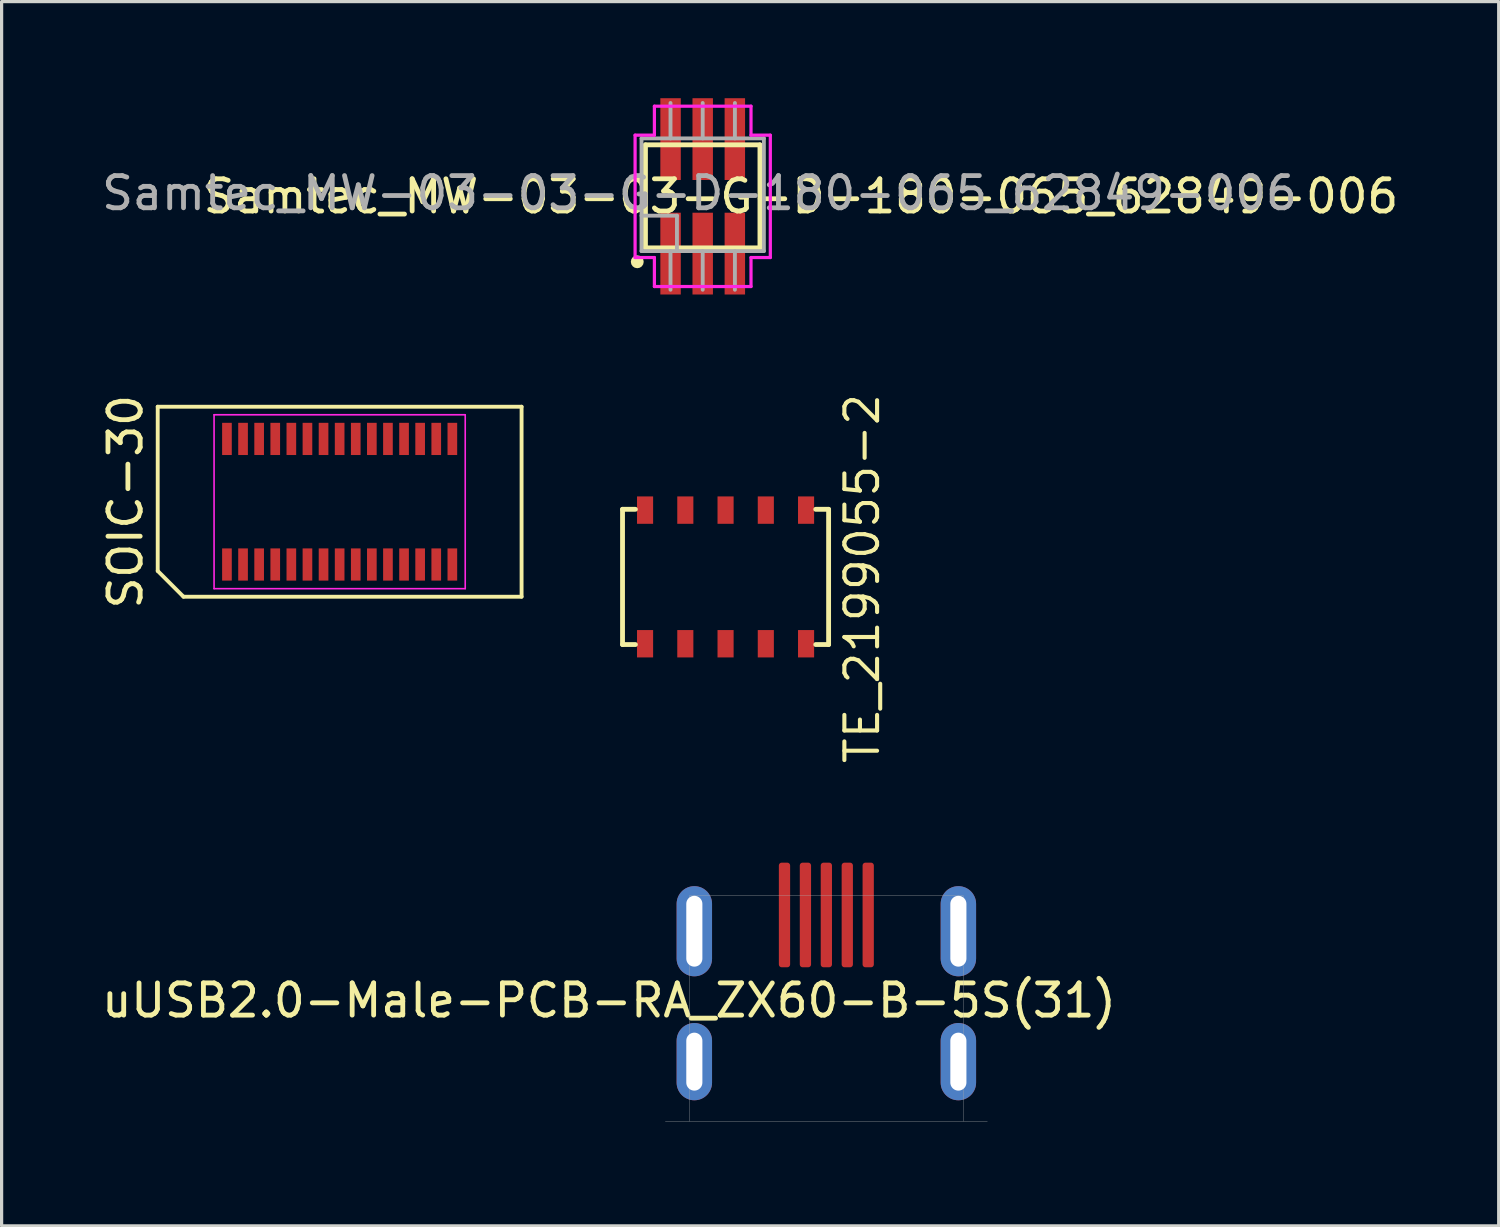
<source format=kicad_pcb>
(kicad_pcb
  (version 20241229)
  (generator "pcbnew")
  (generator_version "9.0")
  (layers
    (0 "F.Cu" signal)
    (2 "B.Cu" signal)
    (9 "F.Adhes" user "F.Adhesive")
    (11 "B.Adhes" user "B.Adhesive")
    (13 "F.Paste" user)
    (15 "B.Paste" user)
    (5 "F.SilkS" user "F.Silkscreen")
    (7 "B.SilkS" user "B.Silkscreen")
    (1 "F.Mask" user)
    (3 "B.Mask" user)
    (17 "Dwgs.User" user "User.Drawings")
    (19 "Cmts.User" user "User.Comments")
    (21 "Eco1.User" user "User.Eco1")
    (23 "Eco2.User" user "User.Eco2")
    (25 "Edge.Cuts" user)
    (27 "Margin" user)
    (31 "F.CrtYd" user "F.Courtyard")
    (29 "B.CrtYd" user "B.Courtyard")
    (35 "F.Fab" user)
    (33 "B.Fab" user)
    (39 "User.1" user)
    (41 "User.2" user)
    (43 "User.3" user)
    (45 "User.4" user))
  (footprint "SOIC-30"
    (layer "F.Cu")
    (at 7.498 12.531)
    (property "Reference" "SOIC-30" (at -6.65 0 90) (layer "F.SilkS") (effects (font (size 1 1) (thickness 0.15))))
    (attr smd)
    (fp_line (start -5.65 -2.95) (end 5.65 -2.95) (stroke (width 0.12) (type solid)) (layer "F.SilkS"))
    (fp_line (start -5.65 2.15) (end -5.65 -2.95) (stroke (width 0.12) (type solid)) (layer "F.SilkS"))
    (fp_line (start -4.85 2.95) (end -5.65 2.15) (stroke (width 0.12) (type solid)) (layer "F.SilkS"))
    (fp_line (start 5.65 -2.95) (end 5.65 2.95) (stroke (width 0.12) (type solid)) (layer "F.SilkS"))
    (fp_line (start 5.65 2.95) (end -4.85 2.95) (stroke (width 0.12) (type solid)) (layer "F.SilkS"))
    (fp_line (start -3.9 -2.7) (end 3.9 -2.7) (stroke (width 0.05) (type solid)) (layer "F.CrtYd"))
    (fp_line (start -3.9 2.7) (end -3.9 -2.7) (stroke (width 0.05) (type solid)) (layer "F.CrtYd"))
    (fp_line (start 3.9 -2.7) (end 3.9 2.7) (stroke (width 0.05) (type solid)) (layer "F.CrtYd"))
    (fp_line (start 3.9 2.7) (end -3.9 2.7) (stroke (width 0.05) (type solid)) (layer "F.CrtYd"))
    (pad "1" smd rect (at -3.5 1.95) (size 0.3 1) (layers "F.Cu" "F.Mask" "F.Paste"))
    (pad "2" smd rect (at -3 1.95) (size 0.3 1) (layers "F.Cu" "F.Mask" "F.Paste"))
    (pad "3" smd rect (at -2.5 1.95) (size 0.3 1) (layers "F.Cu" "F.Mask" "F.Paste"))
    (pad "4" smd rect (at -2 1.95) (size 0.3 1) (layers "F.Cu" "F.Mask" "F.Paste"))
    (pad "5" smd rect (at -1.5 1.95) (size 0.3 1) (layers "F.Cu" "F.Mask" "F.Paste"))
    (pad "6" smd rect (at -1 1.95) (size 0.3 1) (layers "F.Cu" "F.Mask" "F.Paste"))
    (pad "7" smd rect (at -0.5 1.95) (size 0.3 1) (layers "F.Cu" "F.Mask" "F.Paste"))
    (pad "8" smd rect (at 0 1.95) (size 0.3 1) (layers "F.Cu" "F.Mask" "F.Paste"))
    (pad "9" smd rect (at 0.5 1.95) (size 0.3 1) (layers "F.Cu" "F.Mask" "F.Paste"))
    (pad "10" smd rect (at 1 1.95) (size 0.3 1) (layers "F.Cu" "F.Mask" "F.Paste"))
    (pad "11" smd rect (at 1.5 1.95) (size 0.3 1) (layers "F.Cu" "F.Mask" "F.Paste"))
    (pad "12" smd rect (at 2 1.95) (size 0.3 1) (layers "F.Cu" "F.Mask" "F.Paste"))
    (pad "13" smd rect (at 2.5 1.95) (size 0.3 1) (layers "F.Cu" "F.Mask" "F.Paste"))
    (pad "14" smd rect (at 3 1.95) (size 0.3 1) (layers "F.Cu" "F.Mask" "F.Paste"))
    (pad "15" smd rect (at 3.5 1.95) (size 0.3 1) (layers "F.Cu" "F.Mask" "F.Paste"))
    (pad "16" smd rect (at 3.5 -1.95) (size 0.3 1) (layers "F.Cu" "F.Mask" "F.Paste"))
    (pad "17" smd rect (at 3 -1.95) (size 0.3 1) (layers "F.Cu" "F.Mask" "F.Paste"))
    (pad "18" smd rect (at 2.5 -1.95) (size 0.3 1) (layers "F.Cu" "F.Mask" "F.Paste"))
    (pad "19" smd rect (at 2 -1.95) (size 0.3 1) (layers "F.Cu" "F.Mask" "F.Paste"))
    (pad "20" smd rect (at 1.5 -1.95) (size 0.3 1) (layers "F.Cu" "F.Mask" "F.Paste"))
    (pad "21" smd rect (at 1 -1.95) (size 0.3 1) (layers "F.Cu" "F.Mask" "F.Paste"))
    (pad "22" smd rect (at 0.5 -1.95) (size 0.3 1) (layers "F.Cu" "F.Mask" "F.Paste"))
    (pad "23" smd rect (at 0 -1.95) (size 0.3 1) (layers "F.Cu" "F.Mask" "F.Paste"))
    (pad "24" smd rect (at -0.5 -1.95) (size 0.3 1) (layers "F.Cu" "F.Mask" "F.Paste"))
    (pad "25" smd rect (at -1 -1.95) (size 0.3 1) (layers "F.Cu" "F.Mask" "F.Paste"))
    (pad "26" smd rect (at -1.5 -1.95) (size 0.3 1) (layers "F.Cu" "F.Mask" "F.Paste"))
    (pad "27" smd rect (at -2 -1.95) (size 0.3 1) (layers "F.Cu" "F.Mask" "F.Paste"))
    (pad "28" smd rect (at -2.5 -1.95) (size 0.3 1) (layers "F.Cu" "F.Mask" "F.Paste"))
    (pad "29" smd rect (at -3 -1.95) (size 0.3 1) (layers "F.Cu" "F.Mask" "F.Paste"))
    (pad "30" smd rect (at -3.5 -1.95) (size 0.3 1) (layers "F.Cu" "F.Mask" "F.Paste")))
  (footprint "TE_2199055-2"
    (layer "F.Cu")
    (at 19.483 14.867)
    (property "Reference" "TE_2199055-2" (at 4.242 0.051 90) (layer "F.SilkS") (effects (font (size 1.016 1.016) (thickness 0.127))))
    (attr through_hole)
    (fp_line (start -3.2 -2.1) (end -3.2 2.1) (stroke (width 0.15) (type solid)) (layer "F.SilkS"))
    (fp_line (start -3.2 2.1) (end -2.8 2.1) (stroke (width 0.15) (type solid)) (layer "F.SilkS"))
    (fp_line (start -2.8 -2.1) (end -3.2 -2.1) (stroke (width 0.15) (type solid)) (layer "F.SilkS"))
    (fp_line (start 2.8 -2.1) (end 3.2 -2.1) (stroke (width 0.15) (type solid)) (layer "F.SilkS"))
    (fp_line (start 3.2 -2.1) (end 3.2 2.1) (stroke (width 0.15) (type solid)) (layer "F.SilkS"))
    (fp_line (start 3.2 2.1) (end 2.8 2.1) (stroke (width 0.15) (type solid)) (layer "F.SilkS"))
    (pad "1" smd rect (at -2.5 -2.075) (size 0.5 0.85) (layers "F.Cu" "F.Mask" "F.Paste"))
    (pad "2" smd rect (at -2.5 2.075) (size 0.5 0.85) (layers "F.Cu" "F.Mask" "F.Paste"))
    (pad "3" smd rect (at -1.25 -2.075) (size 0.5 0.85) (layers "F.Cu" "F.Mask" "F.Paste"))
    (pad "4" smd rect (at -1.25 2.075) (size 0.5 0.85) (layers "F.Cu" "F.Mask" "F.Paste"))
    (pad "5" smd rect (at 0 -2.075) (size 0.5 0.85) (layers "F.Cu" "F.Mask" "F.Paste"))
    (pad "6" smd rect (at 0 2.075) (size 0.5 0.85) (layers "F.Cu" "F.Mask" "F.Paste"))
    (pad "7" smd rect (at 1.25 -2.075) (size 0.5 0.85) (layers "F.Cu" "F.Mask" "F.Paste"))
    (pad "8" smd rect (at 1.25 2.075) (size 0.5 0.85) (layers "F.Cu" "F.Mask" "F.Paste"))
    (pad "9" smd rect (at 2.5 -2.075) (size 0.5 0.85) (layers "F.Cu" "F.Mask" "F.Paste"))
    (pad "10" smd rect (at 2.5 2.075) (size 0.5 0.85) (layers "F.Cu" "F.Mask" "F.Paste")))
  (footprint "uUSB2.0-Male-PCB-RA_ZX60-B-5S(31)"
    (layer "F.Cu")
    (at 22.613 31.77)
    (property "Reference" "uUSB2.0-Male-PCB-RA_ZX60-B-5S(31)" (at -6.75 -3.75 0) (layer "F.SilkS") (effects (font (size 1 1) (thickness 0.15))))
    (attr through_hole)
    (fp_line (start -5 0) (end 5 0) (stroke (width 0.01) (type solid)) (layer "F.Fab"))
    (fp_line (start -4.25 -7) (end -4.25 0) (stroke (width 0.01) (type solid)) (layer "F.Fab"))
    (fp_line (start 4.25 -7) (end -4.25 -7) (stroke (width 0.01) (type solid)) (layer "F.Fab"))
    (fp_line (start 4.25 0) (end 4.25 -7) (stroke (width 0.01) (type solid)) (layer "F.Fab"))
    (pad "1" smd roundrect (at 1.3 -8.03 270) (size 3.25 0.35) (drill (offset 1.625 0)) (layers "F.Cu" "F.Mask" "F.Paste") (roundrect_rratio 0.25))
    (pad "2" smd roundrect (at 0.65 -8.03 270) (size 3.25 0.35) (drill (offset 1.625 0)) (layers "F.Cu" "F.Mask" "F.Paste") (roundrect_rratio 0.25))
    (pad "3" smd roundrect (at 0 -8.03 270) (size 3.25 0.35) (drill (offset 1.625 0)) (layers "F.Cu" "F.Mask" "F.Paste") (roundrect_rratio 0.25))
    (pad "4" smd roundrect (at -0.65 -8.03 270) (size 3.25 0.35) (drill (offset 1.625 0)) (layers "F.Cu" "F.Mask" "F.Paste") (roundrect_rratio 0.25))
    (pad "5" smd roundrect (at -1.3 -8.03 270) (size 3.25 0.35) (drill (offset 1.625 0)) (layers "F.Cu" "F.Mask" "F.Paste") (roundrect_rratio 0.25))
    (pad "6" thru_hole oval (at -4.1 -5.9) (size 1.1 2.8) (drill oval 0.5 2.2) (layers "*.Cu" "*.Mask"))
    (pad "6" thru_hole oval (at -4.1 -1.85) (size 1.1 2.4) (drill oval 0.5 1.8) (layers "*.Cu" "*.Mask"))
    (pad "6" thru_hole oval (at 4.1 -5.9) (size 1.1 2.8) (drill oval 0.5 2.2) (layers "*.Cu" "*.Mask"))
    (pad "6" thru_hole oval (at 4.1 -1.85) (size 1.1 2.4) (drill oval 0.5 1.8) (layers "*.Cu" "*.Mask")))
  (footprint "Samtec_MW-03-03-G-D-180-065_62849-006"
    (layer "F.Cu")
    (at 18.773 3.048)
    (property "Reference" "Samtec_MW-03-03-G-D-180-065_62849-006" (at 3.048 0 0) (layer "F.SilkS") (effects (font (size 1 1) (thickness 0.15))))
    (attr smd)
    (fp_line (start -1.778 -1.6) (end -1.778 1.6) (stroke (width 0.15) (type solid)) (layer "F.SilkS"))
    (fp_line (start -1.778 -1.6) (end 1.778 -1.6) (stroke (width 0.15) (type solid)) (layer "F.SilkS"))
    (fp_line (start -1.778 1.6) (end 1.778 1.6) (stroke (width 0.15) (type solid)) (layer "F.SilkS"))
    (fp_line (start 1.778 -1.6) (end 1.778 1.6) (stroke (width 0.15) (type solid)) (layer "F.SilkS"))
    (fp_circle (center -2.032 2.032) (end -1.932 2.032) (stroke (width 0.2) (type solid)) (fill no) (layer "F.SilkS"))
    (fp_line (start -2.1 -1.9) (end -1.5 -1.9) (stroke (width 0.1) (type solid)) (layer "F.CrtYd"))
    (fp_line (start -2.1 1.9) (end -2.1 -1.9) (stroke (width 0.1) (type solid)) (layer "F.CrtYd"))
    (fp_line (start -2.1 1.9) (end -1.5 1.9) (stroke (width 0.1) (type solid)) (layer "F.CrtYd"))
    (fp_line (start -1.5 -2.8) (end 1.5 -2.8) (stroke (width 0.1) (type solid)) (layer "F.CrtYd"))
    (fp_line (start -1.5 -1.9) (end -1.5 -2.8) (stroke (width 0.1) (type solid)) (layer "F.CrtYd"))
    (fp_line (start -1.5 1.9) (end -1.5 2.8) (stroke (width 0.1) (type solid)) (layer "F.CrtYd"))
    (fp_line (start 1.5 -1.9) (end 1.5 -2.8) (stroke (width 0.1) (type solid)) (layer "F.CrtYd"))
    (fp_line (start 1.5 1.9) (end 1.5 2.8) (stroke (width 0.1) (type solid)) (layer "F.CrtYd"))
    (fp_line (start 1.5 2.8) (end -1.5 2.8) (stroke (width 0.1) (type solid)) (layer "F.CrtYd"))
    (fp_line (start 2.1 -1.9) (end 1.5 -1.9) (stroke (width 0.1) (type solid)) (layer "F.CrtYd"))
    (fp_line (start 2.1 -1.9) (end 2.1 1.9) (stroke (width 0.1) (type solid)) (layer "F.CrtYd"))
    (fp_line (start 2.1 1.9) (end 1.5 1.9) (stroke (width 0.1) (type solid)) (layer "F.CrtYd"))
    (fp_line (start -1.9 -1.8) (end 1.9 -1.8) (stroke (width 0.12) (type solid)) (layer "F.Fab"))
    (fp_line (start -1.9 0.6) (end -0.8 0.6) (stroke (width 0.12) (type solid)) (layer "F.Fab"))
    (fp_line (start -1.9 1.7) (end -1.9 -1.8) (stroke (width 0.12) (type solid)) (layer "F.Fab"))
    (fp_line (start -1 -2.9) (end -1 -1.8) (stroke (width 0.12) (type solid)) (layer "F.Fab"))
    (fp_line (start -1 2.9) (end -1 1.7) (stroke (width 0.12) (type solid)) (layer "F.Fab"))
    (fp_line (start -0.8 0.6) (end -0.8 1.7) (stroke (width 0.12) (type solid)) (layer "F.Fab"))
    (fp_line (start 0 -2.9) (end 0 -1.8) (stroke (width 0.12) (type solid)) (layer "F.Fab"))
    (fp_line (start 0 2.9) (end 0 1.7) (stroke (width 0.12) (type solid)) (layer "F.Fab"))
    (fp_line (start 1 -2.9) (end 1 -1.8) (stroke (width 0.12) (type solid)) (layer "F.Fab"))
    (fp_line (start 1 2.9) (end 1 1.7) (stroke (width 0.12) (type solid)) (layer "F.Fab"))
    (fp_line (start 1.9 -1.8) (end 1.9 1.7) (stroke (width 0.12) (type solid)) (layer "F.Fab"))
    (fp_line (start 1.9 1.7) (end -1.9 1.7) (stroke (width 0.12) (type solid)) (layer "F.Fab"))
    (fp_text user "${REFERENCE}" (at -0.1 -0.1 0) (layer "F.Fab") (effects (font (size 1 1) (thickness 0.15))))
    (pad "1" smd rect (at -0.998 1.778) (size 0.635 2.54) (layers "F.Cu" "F.Mask" "F.Paste"))
    (pad "2" smd rect (at -0.998 -1.778 180) (size 0.635 2.54) (layers "F.Cu" "F.Mask" "F.Paste"))
    (pad "3" smd rect (at 0 1.778) (size 0.635 2.54) (layers "F.Cu" "F.Mask" "F.Paste"))
    (pad "4" smd rect (at 0 -1.778 180) (size 0.635 2.54) (layers "F.Cu" "F.Mask" "F.Paste"))
    (pad "5" smd rect (at 0.998 1.778) (size 0.635 2.54) (layers "F.Cu" "F.Mask" "F.Paste"))
    (pad "6" smd rect (at 0.998 -1.778 180) (size 0.635 2.54) (layers "F.Cu" "F.Mask" "F.Paste")))
  (gr_rect
    (start -3 -3)
    (end 43.493 35.02)
    (stroke (width 0.1) (type default))
    (fill no)
    (layer "Edge.Cuts")))
</source>
